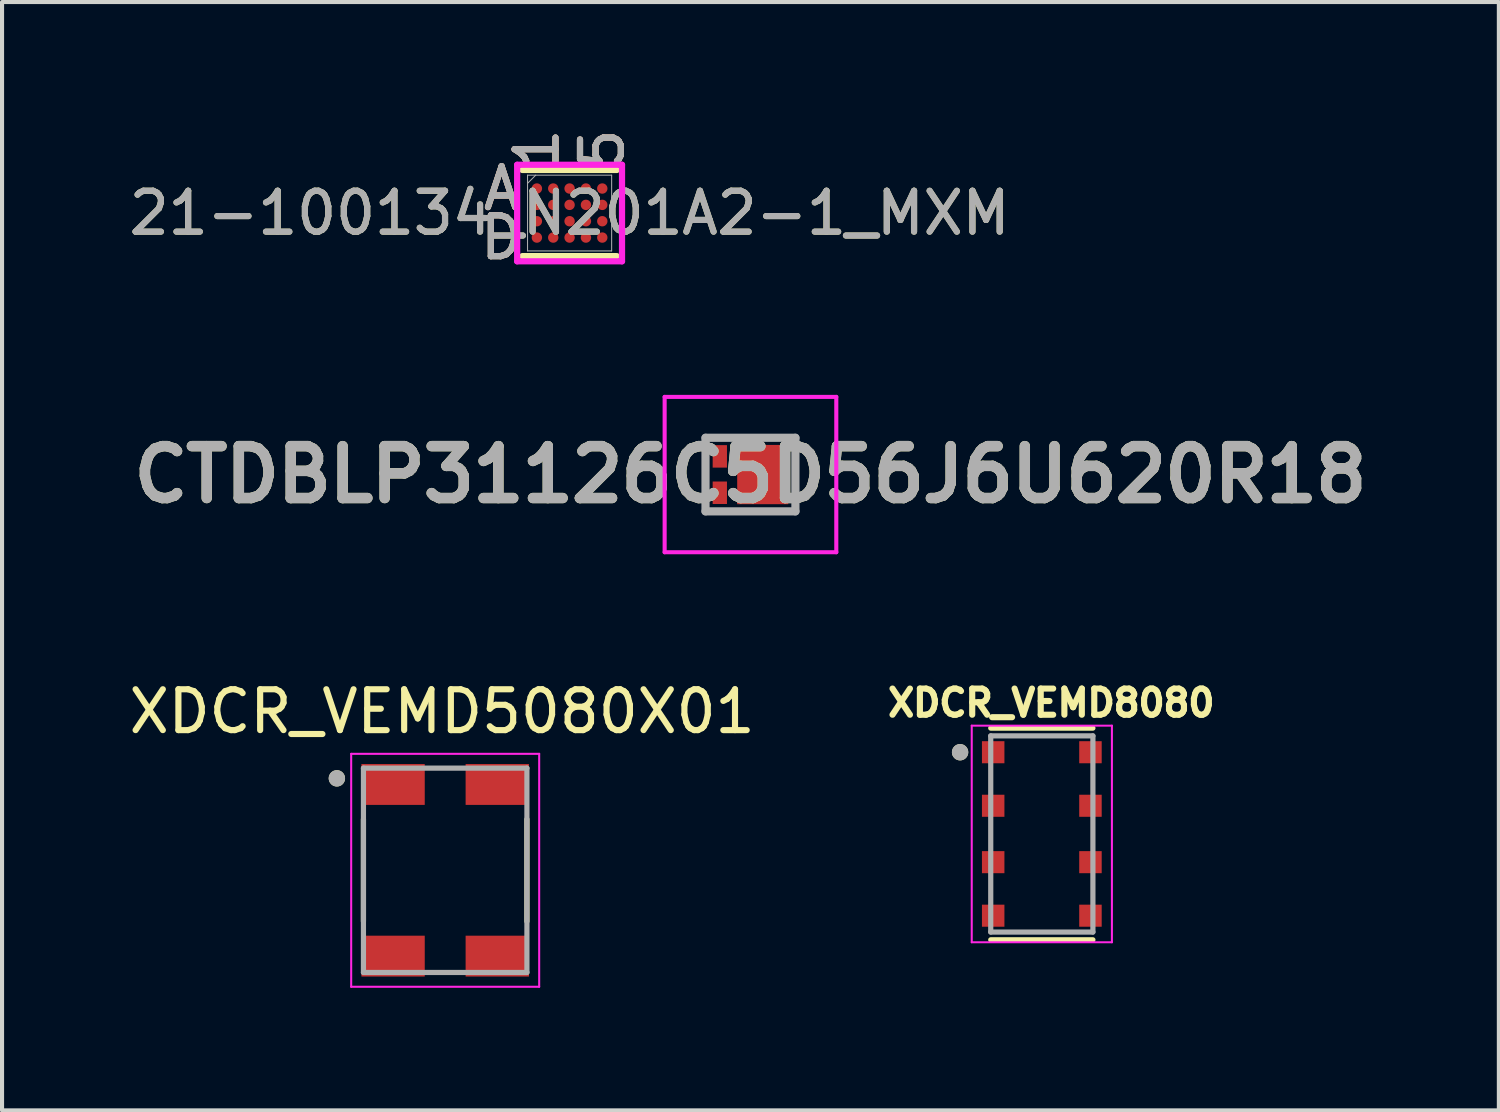
<source format=kicad_pcb>
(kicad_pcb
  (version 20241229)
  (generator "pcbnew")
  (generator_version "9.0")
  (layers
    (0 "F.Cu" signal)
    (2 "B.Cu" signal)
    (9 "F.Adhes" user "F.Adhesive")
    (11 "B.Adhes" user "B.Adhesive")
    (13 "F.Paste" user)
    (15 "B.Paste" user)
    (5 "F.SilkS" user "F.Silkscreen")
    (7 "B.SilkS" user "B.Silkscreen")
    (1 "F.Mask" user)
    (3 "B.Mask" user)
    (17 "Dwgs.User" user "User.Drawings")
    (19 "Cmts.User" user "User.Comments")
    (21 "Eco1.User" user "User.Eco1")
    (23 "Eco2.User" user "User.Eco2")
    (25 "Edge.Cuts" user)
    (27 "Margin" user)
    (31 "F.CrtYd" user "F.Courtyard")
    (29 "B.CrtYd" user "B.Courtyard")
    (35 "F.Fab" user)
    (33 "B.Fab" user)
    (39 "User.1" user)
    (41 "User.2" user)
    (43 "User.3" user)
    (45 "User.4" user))
  (footprint "21-100134_N201A2-1_MXM"
    (layer "F.Cu")
    (at 10.887 2.163)
    (property "Reference" "21-100134_N201A2-1_MXM" (at 0 0 0) (unlocked yes) (layer "F.SilkS") (effects (font (size 1 1) (thickness 0.15))))
    (attr smd)
    (fp_line (start -1.156 1.054) (end 1.156 1.054) (stroke (width 0.152) (type solid)) (layer "F.SilkS"))
    (fp_line (start 1.156 -1.054) (end -1.156 -1.054) (stroke (width 0.152) (type solid)) (layer "F.SilkS"))
    (fp_poly (pts (xy -1.444 -1.244) (xy 1.444 -1.244) (xy 1.444 1.244) (xy -1.444 1.244)) (stroke (width 0.1) (type solid)) (fill no) (layer "Eco2.User"))
    (fp_line (start -1.283 -1.181) (end 1.283 -1.181) (stroke (width 0.152) (type solid)) (layer "F.CrtYd"))
    (fp_line (start -1.283 1.181) (end -1.283 -1.181) (stroke (width 0.152) (type solid)) (layer "F.CrtYd"))
    (fp_line (start 1.283 -1.181) (end 1.283 1.181) (stroke (width 0.152) (type solid)) (layer "F.CrtYd"))
    (fp_line (start 1.283 1.181) (end -1.283 1.181) (stroke (width 0.152) (type solid)) (layer "F.CrtYd"))
    (fp_line (start -1.029 -0.927) (end -1.029 0.927) (stroke (width 0.025) (type solid)) (layer "F.Fab"))
    (fp_line (start -1.029 0.927) (end 1.029 0.927) (stroke (width 0.025) (type solid)) (layer "F.Fab"))
    (fp_line (start -0.829 -0.927) (end -1.029 -0.727) (stroke (width 0.025) (type solid)) (layer "F.Fab"))
    (fp_line (start 1.029 -0.927) (end -1.029 -0.927) (stroke (width 0.025) (type solid)) (layer "F.Fab"))
    (fp_line (start 1.029 0.927) (end 1.029 -0.927) (stroke (width 0.025) (type solid)) (layer "F.Fab"))
    (fp_text user "A" (at -1.664 -0.6 0) (unlocked yes) (layer "F.SilkS") (effects (font (size 1 1) (thickness 0.15))))
    (fp_text user "D" (at -1.664 0.6 0) (unlocked yes) (layer "F.SilkS") (effects (font (size 1 1) (thickness 0.15))))
    (fp_text user "5" (at 0.8 -1.562 90) (unlocked yes) (layer "F.SilkS") (effects (font (size 1 1) (thickness 0.15))))
    (fp_text user "1" (at -0.8 -1.562 90) (unlocked yes) (layer "F.SilkS") (effects (font (size 1 1) (thickness 0.15))))
    (fp_text user "A" (at -1.664 -0.6 0) (unlocked yes) (layer "B.SilkS") (effects (font (size 1 1) (thickness 0.15))))
    (fp_text user "D" (at -1.664 0.6 0) (unlocked yes) (layer "B.SilkS") (effects (font (size 1 1) (thickness 0.15))))
    (fp_text user "5" (at 0.8 -1.562 90) (unlocked yes) (layer "B.SilkS") (effects (font (size 1 1) (thickness 0.15))))
    (fp_text user "1" (at -0.8 -1.562 90) (unlocked yes) (layer "B.SilkS") (effects (font (size 1 1) (thickness 0.15))))
    (fp_text user "${REFERENCE}" (at 0 0 0) (unlocked yes) (layer "F.Fab") (effects (font (size 1 1) (thickness 0.15))))
    (fp_text user "5" (at 0.8 -1.562 90) (unlocked yes) (layer "F.Fab") (effects (font (size 1 1) (thickness 0.15))))
    (fp_text user "A" (at -1.664 -0.6 0) (unlocked yes) (layer "F.Fab") (effects (font (size 1 1) (thickness 0.15))))
    (fp_text user "1" (at -0.8 -1.562 90) (unlocked yes) (layer "F.Fab") (effects (font (size 1 1) (thickness 0.15))))
    (fp_text user "D" (at -1.664 0.6 0) (unlocked yes) (layer "F.Fab") (effects (font (size 1 1) (thickness 0.15))))
    (pad "A1" smd circle (at -0.8 -0.6) (size 0.254 0.254) (layers "F.Cu" "F.Mask" "F.Paste"))
    (pad "A2" smd circle (at -0.4 -0.6) (size 0.254 0.254) (layers "F.Cu" "F.Mask" "F.Paste"))
    (pad "A3" smd circle (at 0 -0.6) (size 0.254 0.254) (layers "F.Cu" "F.Mask" "F.Paste"))
    (pad "A4" smd circle (at 0.4 -0.6) (size 0.254 0.254) (layers "F.Cu" "F.Mask" "F.Paste"))
    (pad "A5" smd circle (at 0.8 -0.6) (size 0.254 0.254) (layers "F.Cu" "F.Mask" "F.Paste"))
    (pad "B1" smd circle (at -0.8 -0.2) (size 0.254 0.254) (layers "F.Cu" "F.Mask" "F.Paste"))
    (pad "B2" smd circle (at -0.4 -0.2) (size 0.254 0.254) (layers "F.Cu" "F.Mask" "F.Paste"))
    (pad "B3" smd circle (at 0 -0.2) (size 0.254 0.254) (layers "F.Cu" "F.Mask" "F.Paste"))
    (pad "B4" smd circle (at 0.4 -0.2) (size 0.254 0.254) (layers "F.Cu" "F.Mask" "F.Paste"))
    (pad "B5" smd circle (at 0.8 -0.2) (size 0.254 0.254) (layers "F.Cu" "F.Mask" "F.Paste"))
    (pad "C1" smd circle (at -0.8 0.2) (size 0.254 0.254) (layers "F.Cu" "F.Mask" "F.Paste"))
    (pad "C2" smd circle (at -0.4 0.2) (size 0.254 0.254) (layers "F.Cu" "F.Mask" "F.Paste"))
    (pad "C3" smd circle (at 0 0.2) (size 0.254 0.254) (layers "F.Cu" "F.Mask" "F.Paste"))
    (pad "C4" smd circle (at 0.4 0.2) (size 0.254 0.254) (layers "F.Cu" "F.Mask" "F.Paste"))
    (pad "C5" smd circle (at 0.8 0.2) (size 0.254 0.254) (layers "F.Cu" "F.Mask" "F.Paste"))
    (pad "D1" smd circle (at -0.8 0.6) (size 0.254 0.254) (layers "F.Cu" "F.Mask" "F.Paste"))
    (pad "D2" smd circle (at -0.4 0.6) (size 0.254 0.254) (layers "F.Cu" "F.Mask" "F.Paste"))
    (pad "D3" smd circle (at 0 0.6) (size 0.254 0.254) (layers "F.Cu" "F.Mask" "F.Paste"))
    (pad "D4" smd circle (at 0.4 0.6) (size 0.254 0.254) (layers "F.Cu" "F.Mask" "F.Paste"))
    (pad "D5" smd circle (at 0.8 0.6) (size 0.254 0.254) (layers "F.Cu" "F.Mask" "F.Paste")))
  (footprint "CTDBLP31126C5D56J6U620R18"
    (layer "F.Cu")
    (at 15.313 8.562)
    (property "Reference" "CTDBLP31126C5D56J6U620R18" (at 0 0 0) (layer "F.SilkS") (effects (font (size 1.27 1.27) (thickness 0.254))))
    (attr smd)
    (fp_line (start -1.6 -0.5) (end -1.6 -0.5) (stroke (width 0.1) (type solid)) (layer "F.SilkS"))
    (fp_line (start -1.6 -0.4) (end -1.6 -0.4) (stroke (width 0.1) (type solid)) (layer "F.SilkS"))
    (fp_line (start -0.988 -0.9) (end 0.812 -0.9) (stroke (width 0.1) (type solid)) (layer "F.SilkS"))
    (fp_line (start -0.988 0.9) (end 0.812 0.9) (stroke (width 0.1) (type solid)) (layer "F.SilkS"))
    (fp_arc (start -1.6 -0.5) (mid -1.55 -0.45) (end -1.6 -0.4) (stroke (width 0.1) (type solid)) (layer "F.SilkS"))
    (fp_arc (start -1.6 -0.4) (mid -1.65 -0.45) (end -1.6 -0.5) (stroke (width 0.1) (type solid)) (layer "F.SilkS"))
    (fp_line (start -2.1 -1.9) (end 2.1 -1.9) (stroke (width 0.1) (type solid)) (layer "F.CrtYd"))
    (fp_line (start -2.1 1.9) (end -2.1 -1.9) (stroke (width 0.1) (type solid)) (layer "F.CrtYd"))
    (fp_line (start 2.1 -1.9) (end 2.1 1.9) (stroke (width 0.1) (type solid)) (layer "F.CrtYd"))
    (fp_line (start 2.1 1.9) (end -2.1 1.9) (stroke (width 0.1) (type solid)) (layer "F.CrtYd"))
    (fp_line (start -1.1 -0.9) (end 1.1 -0.9) (stroke (width 0.2) (type solid)) (layer "F.Fab"))
    (fp_line (start -1.1 0.9) (end -1.1 -0.9) (stroke (width 0.2) (type solid)) (layer "F.Fab"))
    (fp_line (start 1.1 -0.9) (end 1.1 0.9) (stroke (width 0.2) (type solid)) (layer "F.Fab"))
    (fp_line (start 1.1 0.9) (end -1.1 0.9) (stroke (width 0.2) (type solid)) (layer "F.Fab"))
    (fp_text user "${REFERENCE}" (at 0 0 0) (layer "F.Fab") (effects (font (size 1.27 1.27) (thickness 0.254))))
    (pad "1" smd rect (at -0.75 -0.445) (size 0.35 0.55) (layers "F.Cu" "F.Mask" "F.Paste"))
    (pad "1" smd rect (at 0.3 0) (size 1.25 1.45) (layers "F.Cu" "F.Mask" "F.Paste"))
    (pad "2" smd rect (at -0.75 0.445) (size 0.35 0.55) (layers "F.Cu" "F.Mask" "F.Paste")))
  (footprint "XDCR_VEMD5080X01"
    (layer "F.Cu")
    (at 7.843 18.245)
    (property "Reference" "XDCR_VEMD5080X01" (at -0.075 -3.885 0) (layer "F.SilkS") (effects (font (size 1 1) (thickness 0.15))))
    (attr smd)
    (fp_line (start -2 -1.25) (end -2 1.25) (stroke (width 0.127) (type solid)) (layer "F.SilkS"))
    (fp_line (start 2 -1.25) (end 2 1.25) (stroke (width 0.127) (type solid)) (layer "F.SilkS"))
    (fp_circle (center -2.65 -2.25) (end -2.55 -2.25) (stroke (width 0.2) (type solid)) (fill no) (layer "F.SilkS"))
    (fp_line (start -2.3 -2.85) (end -2.3 2.85) (stroke (width 0.05) (type solid)) (layer "F.CrtYd"))
    (fp_line (start -2.3 2.85) (end 2.3 2.85) (stroke (width 0.05) (type solid)) (layer "F.CrtYd"))
    (fp_line (start 2.3 -2.85) (end -2.3 -2.85) (stroke (width 0.05) (type solid)) (layer "F.CrtYd"))
    (fp_line (start 2.3 2.85) (end 2.3 -2.85) (stroke (width 0.05) (type solid)) (layer "F.CrtYd"))
    (fp_line (start -2 -2.5) (end 2 -2.5) (stroke (width 0.127) (type solid)) (layer "F.Fab"))
    (fp_line (start -2 2.5) (end -2 -2.5) (stroke (width 0.127) (type solid)) (layer "F.Fab"))
    (fp_line (start 2 -2.5) (end 2 2.5) (stroke (width 0.127) (type solid)) (layer "F.Fab"))
    (fp_line (start 2 2.5) (end -2 2.5) (stroke (width 0.127) (type solid)) (layer "F.Fab"))
    (fp_circle (center -2.65 -2.25) (end -2.55 -2.25) (stroke (width 0.2) (type solid)) (fill no) (layer "F.Fab"))
    (pad "1" smd rect (at -1.275 -2.1) (size 1.55 1) (layers "F.Cu" "F.Mask" "F.Paste"))
    (pad "1" smd rect (at 1.275 -2.1) (size 1.55 1) (layers "F.Cu" "F.Mask" "F.Paste"))
    (pad "2" smd rect (at -1.275 2.1) (size 1.55 1) (layers "F.Cu" "F.Mask" "F.Paste"))
    (pad "NC" smd rect (at 1.275 2.1) (size 1.55 1) (layers "F.Cu" "F.Mask" "F.Paste")))
  (footprint "XDCR_VEMD8080"
    (layer "F.Cu")
    (at 22.442 17.356)
    (property "Reference" "XDCR_VEMD8080" (at 0.232 -3.206 0) (layer "F.SilkS") (effects (font (size 0.64 0.64) (thickness 0.15))))
    (attr smd)
    (fp_line (start -1.25 -2.59) (end 1.25 -2.59) (stroke (width 0.127) (type solid)) (layer "F.SilkS"))
    (fp_line (start -1.25 2.59) (end 1.25 2.59) (stroke (width 0.127) (type solid)) (layer "F.SilkS"))
    (fp_circle (center -2 -2) (end -1.9 -2) (stroke (width 0.2) (type solid)) (fill no) (layer "F.SilkS"))
    (fp_line (start -1.715 -2.65) (end 1.715 -2.65) (stroke (width 0.05) (type solid)) (layer "F.CrtYd"))
    (fp_line (start -1.715 2.65) (end -1.715 -2.65) (stroke (width 0.05) (type solid)) (layer "F.CrtYd"))
    (fp_line (start 1.715 -2.65) (end 1.715 2.65) (stroke (width 0.05) (type solid)) (layer "F.CrtYd"))
    (fp_line (start 1.715 2.65) (end -1.715 2.65) (stroke (width 0.05) (type solid)) (layer "F.CrtYd"))
    (fp_line (start -1.25 -2.4) (end 1.25 -2.4) (stroke (width 0.127) (type solid)) (layer "F.Fab"))
    (fp_line (start -1.25 2.4) (end -1.25 -2.4) (stroke (width 0.127) (type solid)) (layer "F.Fab"))
    (fp_line (start 1.25 -2.4) (end 1.25 2.4) (stroke (width 0.127) (type solid)) (layer "F.Fab"))
    (fp_line (start 1.25 2.4) (end -1.25 2.4) (stroke (width 0.127) (type solid)) (layer "F.Fab"))
    (fp_circle (center -2 -2) (end -1.9 -2) (stroke (width 0.2) (type solid)) (fill no) (layer "F.Fab"))
    (pad "1" smd rect (at -1.19 -2) (size 0.55 0.54) (layers "F.Cu" "F.Mask" "F.Paste"))
    (pad "2" smd rect (at -1.19 -0.69) (size 0.55 0.54) (layers "F.Cu" "F.Mask" "F.Paste"))
    (pad "3" smd rect (at -1.19 0.69) (size 0.55 0.54) (layers "F.Cu" "F.Mask" "F.Paste"))
    (pad "4" smd rect (at -1.19 2) (size 0.55 0.54) (layers "F.Cu" "F.Mask" "F.Paste"))
    (pad "5" smd rect (at 1.19 2) (size 0.55 0.54) (layers "F.Cu" "F.Mask" "F.Paste"))
    (pad "6" smd rect (at 1.19 0.69) (size 0.55 0.54) (layers "F.Cu" "F.Mask" "F.Paste"))
    (pad "7" smd rect (at 1.19 -0.69) (size 0.55 0.54) (layers "F.Cu" "F.Mask" "F.Paste"))
    (pad "8" smd rect (at 1.19 -2) (size 0.55 0.54) (layers "F.Cu" "F.Mask" "F.Paste")))
  (gr_rect
    (start -3 -3)
    (end 33.625 24.12)
    (stroke (width 0.1) (type default))
    (fill no)
    (layer "Edge.Cuts")))
</source>
